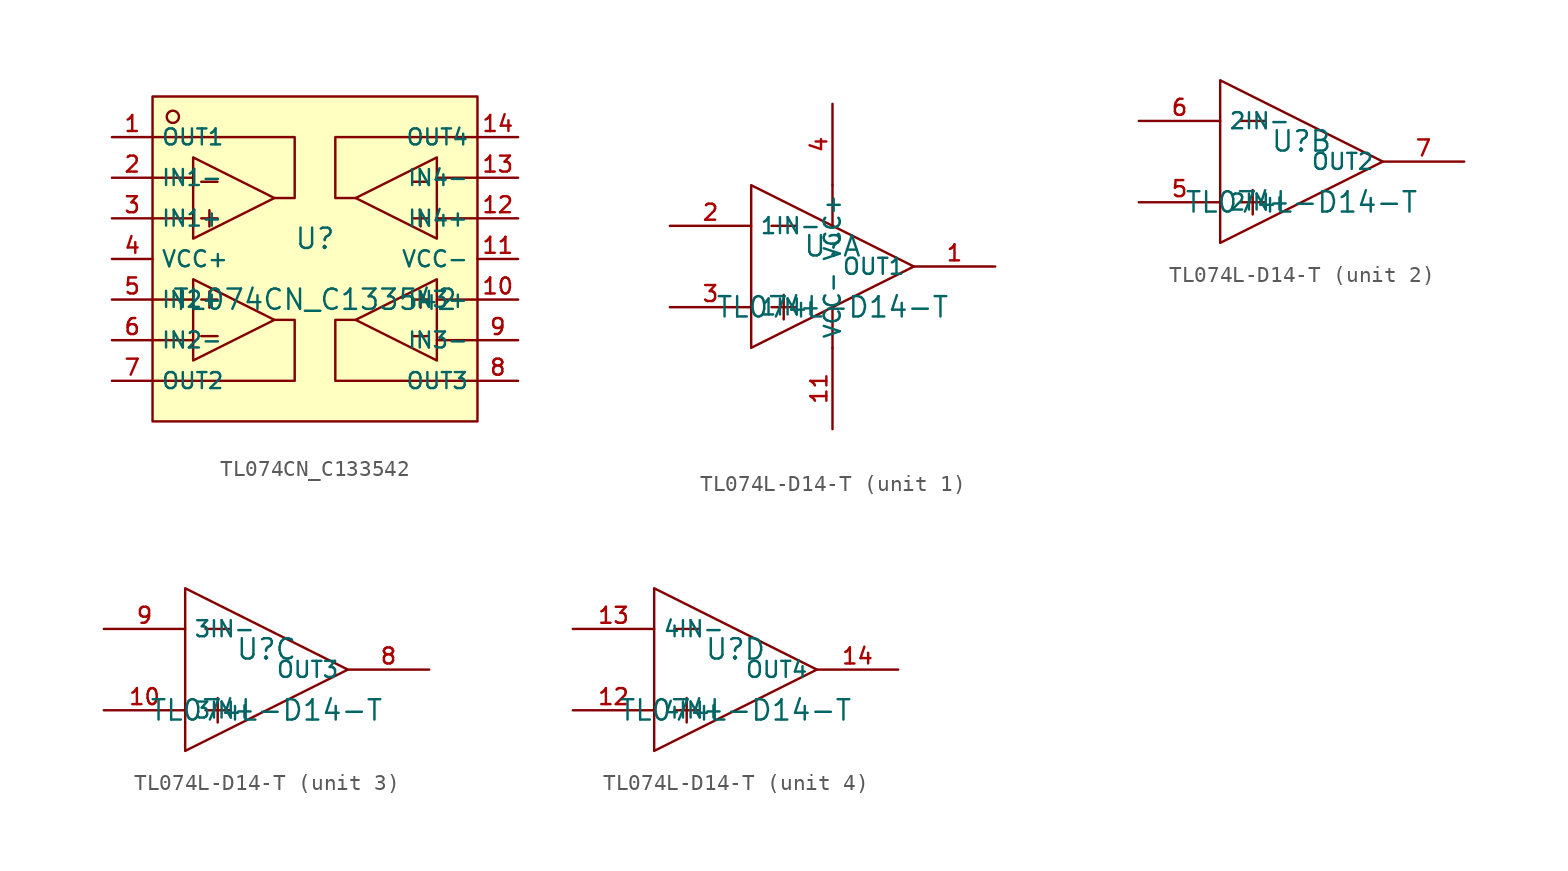
<source format=kicad_sym>
(kicad_symbol_lib
  (version 20210201)
  (generator TousstNicolas/JLC2KiCad_lib)
  (symbol "TL074CN_C133542"
    (property "Reference" "U"
      (at 0 1.27 0)
      (effects (font (size 1.27 1.27))))
    (property "Value" "TL074CN_C133542"
      (at 0 -2.54 0)
      (effects (font (size 1.27 1.27))))
    (symbol "TL074CN_C133542_0_1"
      (rectangle (start -10.16 10.16) (end 10.16 -10.16) (stroke (width 0) (type default) (color 0 0 0 0)) (fill (type background)))
      (circle (center -8.89 8.89) (radius 0.381) (stroke (width 0) (type default) (color 0 0 0 0)) (fill (type background)))
      (pin unspecified line (at -12.7 7.62 0) (length 2.54) (name "OUT1" (effects (font (size 1 1)))) (number "1" (effects (font (size 1 1)))))
      (pin unspecified line (at -12.7 5.08 0) (length 2.54) (name "IN1-" (effects (font (size 1 1)))) (number "2" (effects (font (size 1 1)))))
      (pin unspecified line (at -12.7 2.54 0) (length 2.54) (name "IN1+" (effects (font (size 1 1)))) (number "3" (effects (font (size 1 1)))))
      (pin unspecified line (at -12.7 -0.0 0) (length 2.54) (name "VCC+" (effects (font (size 1 1)))) (number "4" (effects (font (size 1 1)))))
      (pin unspecified line (at -12.7 -2.54 0) (length 2.54) (name "IN2+" (effects (font (size 1 1)))) (number "5" (effects (font (size 1 1)))))
      (pin unspecified line (at -12.7 -5.08 0) (length 2.54) (name "IN2-" (effects (font (size 1 1)))) (number "6" (effects (font (size 1 1)))))
      (pin unspecified line (at -12.7 -7.62 0) (length 2.54) (name "OUT2" (effects (font (size 1 1)))) (number "7" (effects (font (size 1 1)))))
      (pin unspecified line (at 12.7 -7.62 180) (length 2.54) (name "OUT3" (effects (font (size 1 1)))) (number "8" (effects (font (size 1 1)))))
      (pin unspecified line (at 12.7 -5.08 180) (length 2.54) (name "IN3-" (effects (font (size 1 1)))) (number "9" (effects (font (size 1 1)))))
      (pin unspecified line (at 12.7 -2.54 180) (length 2.54) (name "IN3+" (effects (font (size 1 1)))) (number "10" (effects (font (size 1 1)))))
      (pin unspecified line (at 12.7 -0.0 180) (length 2.54) (name "VCC-" (effects (font (size 1 1)))) (number "11" (effects (font (size 1 1)))))
      (pin unspecified line (at 12.7 2.54 180) (length 2.54) (name "IN4+" (effects (font (size 1 1)))) (number "12" (effects (font (size 1 1)))))
      (pin unspecified line (at 12.7 5.08 180) (length 2.54) (name "IN4-" (effects (font (size 1 1)))) (number "13" (effects (font (size 1 1)))))
      (pin unspecified line (at 12.7 7.62 180) (length 2.54) (name "OUT4" (effects (font (size 1 1)))) (number "14" (effects (font (size 1 1)))))
      (polyline (pts (xy -7.62 6.35) (xy -2.54 3.81) (xy -7.62 1.27) (xy -7.62 6.35) (xy -7.62 6.35)) (stroke (width 0) (type default) (color 0 0 0 0)) (fill (type none)))
      (polyline (pts (xy -7.112 4.826) (xy -6.096 4.826)) (stroke (width 0) (type default) (color 0 0 0 0)) (fill (type none)))
      (polyline (pts (xy -7.112 2.54) (xy -6.096 2.54)) (stroke (width 0) (type default) (color 0 0 0 0)) (fill (type none)))
      (polyline (pts (xy -6.604 3.048) (xy -6.604 2.032)) (stroke (width 0) (type default) (color 0 0 0 0)) (fill (type none)))
      (polyline (pts (xy 7.62 6.35) (xy 2.54 3.81) (xy 7.62 1.27) (xy 7.62 6.35) (xy 7.62 6.35)) (stroke (width 0) (type default) (color 0 0 0 0)) (fill (type none)))
      (polyline (pts (xy 7.112 4.826) (xy 6.096 4.826)) (stroke (width 0) (type default) (color 0 0 0 0)) (fill (type none)))
      (polyline (pts (xy 7.112 2.54) (xy 6.096 2.54)) (stroke (width 0) (type default) (color 0 0 0 0)) (fill (type none)))
      (polyline (pts (xy 6.604 3.048) (xy 6.604 2.032)) (stroke (width 0) (type default) (color 0 0 0 0)) (fill (type none)))
      (polyline (pts (xy -7.62 -6.35) (xy -2.54 -3.81) (xy -7.62 -1.27) (xy -7.62 -6.35) (xy -7.62 -6.35)) (stroke (width 0) (type default) (color 0 0 0 0)) (fill (type none)))
      (polyline (pts (xy -7.112 -4.826) (xy -6.096 -4.826)) (stroke (width 0) (type default) (color 0 0 0 0)) (fill (type none)))
      (polyline (pts (xy -7.112 -2.54) (xy -6.096 -2.54)) (stroke (width 0) (type default) (color 0 0 0 0)) (fill (type none)))
      (polyline (pts (xy -6.604 -3.048) (xy -6.604 -2.032)) (stroke (width 0) (type default) (color 0 0 0 0)) (fill (type none)))
      (polyline (pts (xy 7.62 -6.35) (xy 2.54 -3.81) (xy 7.62 -1.27) (xy 7.62 -6.35) (xy 7.62 -6.35)) (stroke (width 0) (type default) (color 0 0 0 0)) (fill (type none)))
      (polyline (pts (xy 7.112 -4.826) (xy 6.096 -4.826)) (stroke (width 0) (type default) (color 0 0 0 0)) (fill (type none)))
      (polyline (pts (xy 7.112 -2.54) (xy 6.096 -2.54)) (stroke (width 0) (type default) (color 0 0 0 0)) (fill (type none)))
      (polyline (pts (xy 6.604 -3.048) (xy 6.604 -2.032)) (stroke (width 0) (type default) (color 0 0 0 0)) (fill (type none)))
      (polyline (pts (xy -10.16 7.62) (xy -1.27 7.62) (xy -1.27 3.81) (xy -2.54 3.81)) (stroke (width 0) (type default) (color 0 0 0 0)) (fill (type none)))
      (polyline (pts (xy -10.16 5.08) (xy -7.62 5.08)) (stroke (width 0) (type default) (color 0 0 0 0)) (fill (type none)))
      (polyline (pts (xy -10.16 2.54) (xy -7.62 2.54)) (stroke (width 0) (type default) (color 0 0 0 0)) (fill (type none)))
      (polyline (pts (xy -10.16 -2.54) (xy -7.62 -2.54)) (stroke (width 0) (type default) (color 0 0 0 0)) (fill (type none)))
      (polyline (pts (xy -10.16 -5.08) (xy -7.62 -5.08)) (stroke (width 0) (type default) (color 0 0 0 0)) (fill (type none)))
      (polyline (pts (xy -10.16 -7.62) (xy -1.27 -7.62) (xy -1.27 -3.81) (xy -2.54 -3.81)) (stroke (width 0) (type default) (color 0 0 0 0)) (fill (type none)))
      (polyline (pts (xy 2.54 3.81) (xy 1.27 3.81) (xy 1.27 7.62) (xy 10.16 7.62)) (stroke (width 0) (type default) (color 0 0 0 0)) (fill (type none)))
      (polyline (pts (xy 10.16 5.08) (xy 7.62 5.08)) (stroke (width 0) (type default) (color 0 0 0 0)) (fill (type none)))
      (polyline (pts (xy 7.62 2.54) (xy 10.16 2.54)) (stroke (width 0) (type default) (color 0 0 0 0)) (fill (type none)))
      (polyline (pts (xy 10.16 -2.54) (xy 7.62 -2.54)) (stroke (width 0) (type default) (color 0 0 0 0)) (fill (type none)))
      (polyline (pts (xy 7.62 -5.08) (xy 10.16 -5.08)) (stroke (width 0) (type default) (color 0 0 0 0)) (fill (type none)))
      (polyline (pts (xy 2.54 -3.81) (xy 1.27 -3.81) (xy 1.27 -7.62) (xy 10.16 -7.62)) (stroke (width 0) (type default) (color 0 0 0 0)) (fill (type none)))))
  (symbol "TL074L-D14-T"
    (property "Reference" "U"
      (at 0 1.27 0)
      (effects (font (size 1.27 1.27))))
    (property "Value" "TL074L-D14-T"
      (at 0 -2.54 0)
      (effects (font (size 1.27 1.27))))
    (symbol "TL074L-D14-T_1_1"
      (pin unspecified line (at 0.0 -10.16 90) (length 5.08) (name "VCC-" (effects (font (size 1 1)))) (number "11" (effects (font (size 1 1)))))
      (pin unspecified line (at 0.0 10.16 270) (length 5.08) (name "VCC+" (effects (font (size 1 1)))) (number "4" (effects (font (size 1 1)))))
      (polyline (pts (xy 0.0 -2.54) (xy 0.0 -5.08)) (stroke (width 0) (type default) (color 0 0 0 0)) (fill (type none)))
      (polyline (pts (xy 0.0 2.54) (xy 0.0 5.08)) (stroke (width 0) (type default) (color 0 0 0 0)) (fill (type none)))
      (polyline (pts (xy -3.048 -1.778) (xy -3.048 -3.302)) (stroke (width 0) (type default) (color 0 0 0 0)) (fill (type none)))
      (polyline (pts (xy -3.81 -2.54) (xy -2.286 -2.54)) (stroke (width 0) (type default) (color 0 0 0 0)) (fill (type none)))
      (polyline (pts (xy -3.81 2.54) (xy -2.286 2.54)) (stroke (width 0) (type default) (color 0 0 0 0)) (fill (type none)))
      (pin unspecified line (at -10.16 -2.54 0) (length 5.08) (name "1IN+" (effects (font (size 1 1)))) (number "3" (effects (font (size 1 1)))))
      (pin unspecified line (at -10.16 2.54 0) (length 5.08) (name "1IN-" (effects (font (size 1 1)))) (number "2" (effects (font (size 1 1)))))
      (pin unspecified line (at 10.16 -0.0 180) (length 5.08) (name "OUT1" (effects (font (size 1 1)))) (number "1" (effects (font (size 1 1)))))
      (polyline (pts (xy -5.08 5.08) (xy -5.08 -5.08) (xy 5.08 -0.0) (xy -5.08 5.08)) (stroke (width 0) (type default) (color 0 0 0 0)) (fill (type none))))
    (symbol "TL074L-D14-T_2_1"
      (polyline (pts (xy -3.048 -1.778) (xy -3.048 -3.302)) (stroke (width 0) (type default) (color 0 0 0 0)) (fill (type none)))
      (polyline (pts (xy -3.81 -2.54) (xy -2.286 -2.54)) (stroke (width 0) (type default) (color 0 0 0 0)) (fill (type none)))
      (polyline (pts (xy -3.81 2.54) (xy -2.286 2.54)) (stroke (width 0) (type default) (color 0 0 0 0)) (fill (type none)))
      (pin unspecified line (at -10.16 -2.54 0) (length 5.08) (name "2IN+" (effects (font (size 1 1)))) (number "5" (effects (font (size 1 1)))))
      (pin unspecified line (at -10.16 2.54 0) (length 5.08) (name "2IN-" (effects (font (size 1 1)))) (number "6" (effects (font (size 1 1)))))
      (pin unspecified line (at 10.16 -0.0 180) (length 5.08) (name "OUT2" (effects (font (size 1 1)))) (number "7" (effects (font (size 1 1)))))
      (polyline (pts (xy -5.08 5.08) (xy -5.08 -5.08) (xy 5.08 -0.0) (xy -5.08 5.08)) (stroke (width 0) (type default) (color 0 0 0 0)) (fill (type none))))
    (symbol "TL074L-D14-T_3_1"
      (polyline (pts (xy -3.048 -1.778) (xy -3.048 -3.302)) (stroke (width 0) (type default) (color 0 0 0 0)) (fill (type none)))
      (polyline (pts (xy -3.81 -2.54) (xy -2.286 -2.54)) (stroke (width 0) (type default) (color 0 0 0 0)) (fill (type none)))
      (polyline (pts (xy -3.81 2.54) (xy -2.286 2.54)) (stroke (width 0) (type default) (color 0 0 0 0)) (fill (type none)))
      (pin unspecified line (at -10.16 -2.54 0) (length 5.08) (name "3IN+" (effects (font (size 1 1)))) (number "10" (effects (font (size 1 1)))))
      (pin unspecified line (at -10.16 2.54 0) (length 5.08) (name "3IN-" (effects (font (size 1 1)))) (number "9" (effects (font (size 1 1)))))
      (pin unspecified line (at 10.16 -0.0 180) (length 5.08) (name "OUT3" (effects (font (size 1 1)))) (number "8" (effects (font (size 1 1)))))
      (polyline (pts (xy -5.08 5.08) (xy -5.08 -5.08) (xy 5.08 -0.0) (xy -5.08 5.08)) (stroke (width 0) (type default) (color 0 0 0 0)) (fill (type none))))
    (symbol "TL074L-D14-T_4_1"
      (polyline (pts (xy -3.048 -1.778) (xy -3.048 -3.302)) (stroke (width 0) (type default) (color 0 0 0 0)) (fill (type none)))
      (polyline (pts (xy -3.81 -2.54) (xy -2.286 -2.54)) (stroke (width 0) (type default) (color 0 0 0 0)) (fill (type none)))
      (polyline (pts (xy -3.81 2.54) (xy -2.286 2.54)) (stroke (width 0) (type default) (color 0 0 0 0)) (fill (type none)))
      (pin unspecified line (at -10.16 -2.54 0) (length 5.08) (name "4IN+" (effects (font (size 1 1)))) (number "12" (effects (font (size 1 1)))))
      (pin unspecified line (at -10.16 2.54 0) (length 5.08) (name "4IN-" (effects (font (size 1 1)))) (number "13" (effects (font (size 1 1)))))
      (pin unspecified line (at 10.16 -0.0 180) (length 5.08) (name "OUT4" (effects (font (size 1 1)))) (number "14" (effects (font (size 1 1)))))
      (polyline (pts (xy -5.08 5.08) (xy -5.08 -5.08) (xy 5.08 -0.0) (xy -5.08 5.08)) (stroke (width 0) (type default) (color 0 0 0 0)) (fill (type none))))))
</source>
